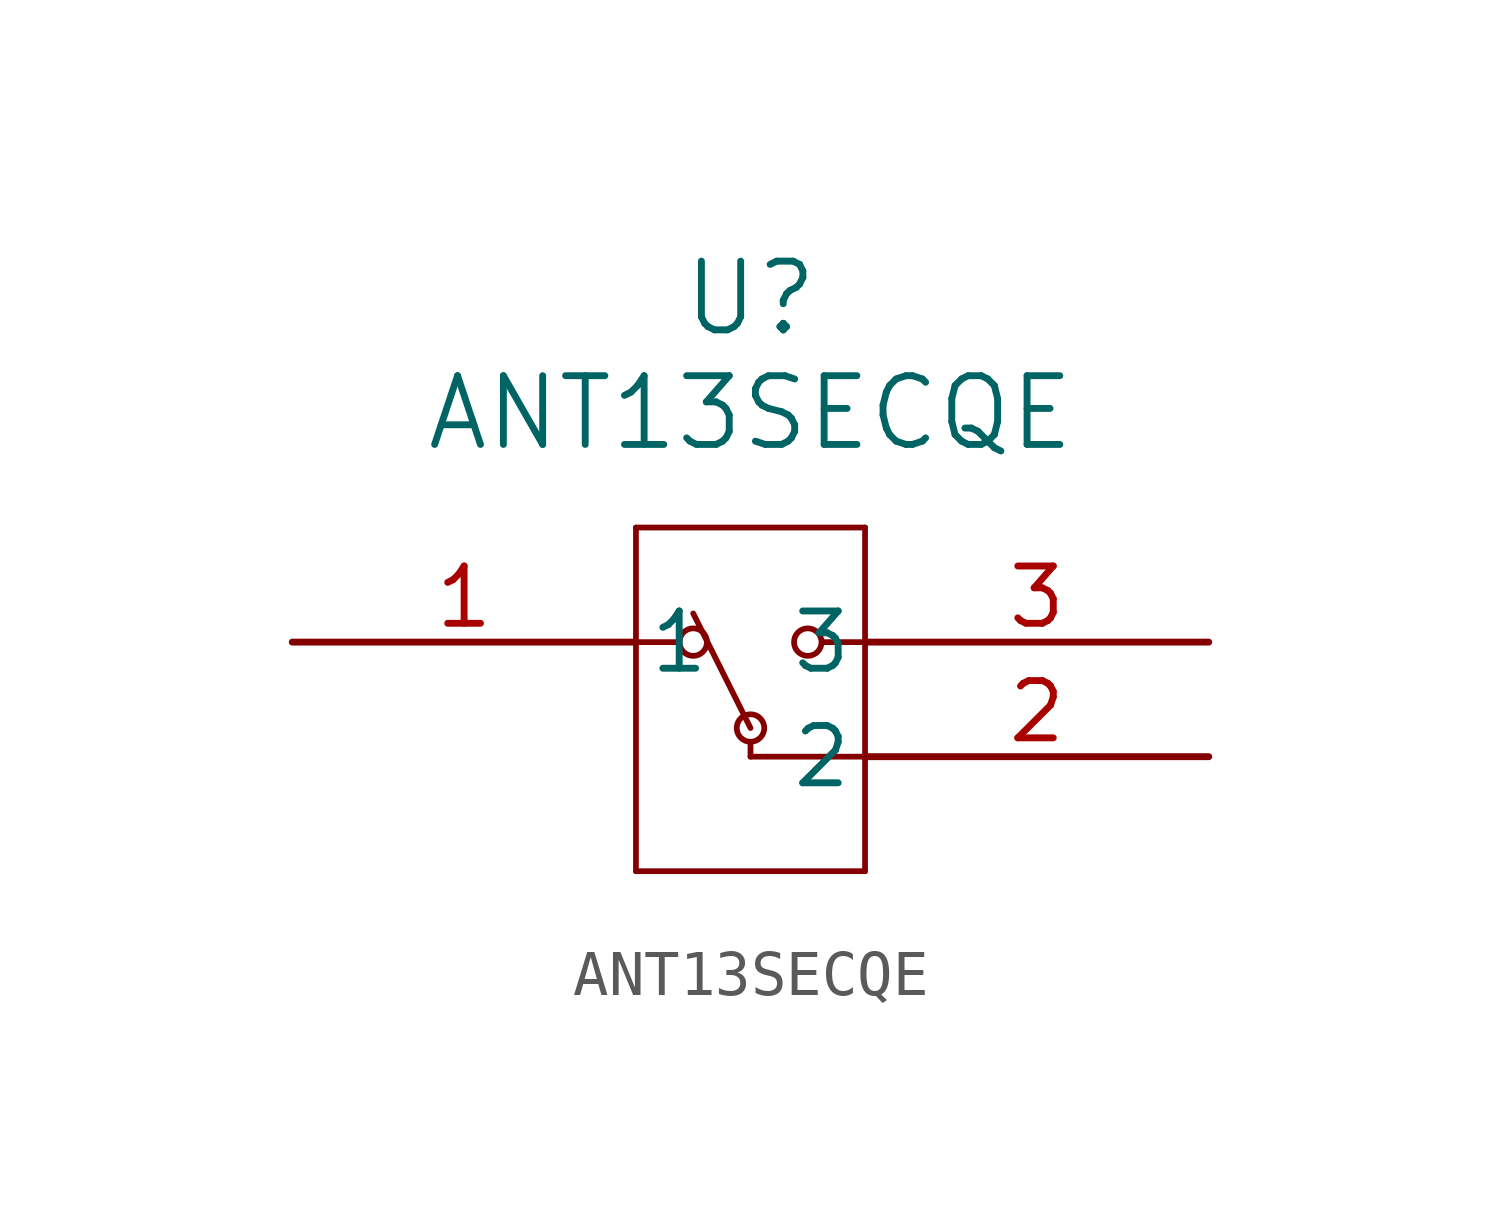
<source format=kicad_sym>
(kicad_symbol_lib
  (version 20211014)
  (generator kicad_symbol_editor)
  (symbol "ANT13SECQE"
    (pin_names
      (offset 0.254))
    (property "Reference" "U"
      (at 10.16 7.62 0)
      (effects (font (size 1.524 1.524))))
    (property "Value" "ANT13SECQE"
      (at 10.16 5.08 0)
      (effects (font (size 1.524 1.524))))
    (polyline
      (pts (xy 7.62 2.54) (xy 7.62 -5.08))
      (stroke (width 0.127) (type default) (color 0 0 0 0))
      (fill (type none)))
    (polyline
      (pts (xy 7.62 -5.08) (xy 12.7 -5.08))
      (stroke (width 0.127) (type default) (color 0 0 0 0))
      (fill (type none)))
    (polyline
      (pts (xy 12.7 -5.08) (xy 12.7 2.54))
      (stroke (width 0.127) (type default) (color 0 0 0 0))
      (fill (type none)))
    (polyline
      (pts (xy 12.7 2.54) (xy 7.62 2.54))
      (stroke (width 0.127) (type default) (color 0 0 0 0))
      (fill (type none)))
    (polyline
      (pts (xy 7.62 0) (xy 8.572 0))
      (stroke (width 0.127) (type default) (color 0 0 0 0))
      (fill (type none)))
    (polyline
      (pts (xy 11.748 0) (xy 12.7 0))
      (stroke (width 0.127) (type default) (color 0 0 0 0))
      (fill (type none)))
    (polyline
      (pts (xy 10.16 -2.54) (xy 12.7 -2.54))
      (stroke (width 0.127) (type default) (color 0 0 0 0))
      (fill (type none)))
    (polyline
      (pts (xy 10.16 -2.54) (xy 10.16 -2.21))
      (stroke (width 0.127) (type default) (color 0 0 0 0))
      (fill (type none)))
    (circle
      (center 8.89 0)
      (radius 0.305)
      (stroke (width 0.127) (type default) (color 0 0 0 0))
      (fill (type none)))
    (circle
      (center 11.43 0)
      (radius 0.305)
      (stroke (width 0.127) (type default) (color 0 0 0 0))
      (fill (type none)))
    (circle
      (center 10.16 -1.905)
      (radius 0.305)
      (stroke (width 0.127) (type default) (color 0 0 0 0))
      (fill (type none)))
    (polyline
      (pts (xy 10.16 -1.905) (xy 8.89 0.635))
      (stroke (width 0.127) (type default) (color 0 0 0 0))
      (fill (type none)))
    (pin unspecified line
      (at 0 0 0)
      (length 7.62)
      (name "1" (effects (font (size 1.27 1.27))))
      (number "1" (effects (font (size 1.27 1.27)))))
    (pin unspecified line
      (at 20.32 -2.54 180)
      (length 7.62)
      (name "2" (effects (font (size 1.27 1.27))))
      (number "2" (effects (font (size 1.27 1.27)))))
    (pin unspecified line
      (at 20.32 0 180)
      (length 7.62)
      (name "3" (effects (font (size 1.27 1.27))))
      (number "3" (effects (font (size 1.27 1.27)))))))
</source>
